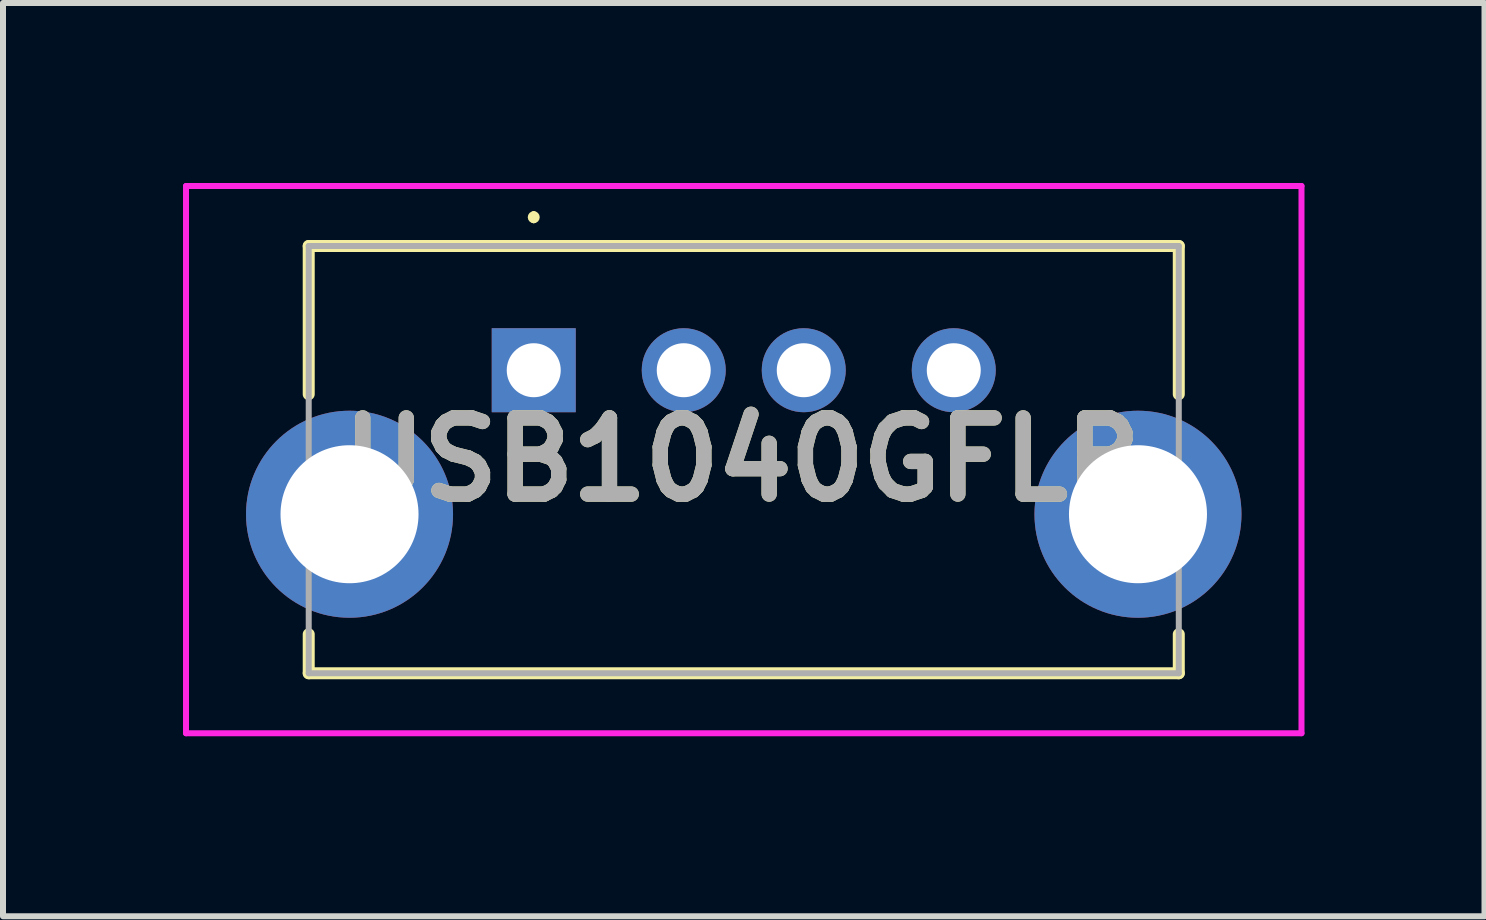
<source format=kicad_pcb>
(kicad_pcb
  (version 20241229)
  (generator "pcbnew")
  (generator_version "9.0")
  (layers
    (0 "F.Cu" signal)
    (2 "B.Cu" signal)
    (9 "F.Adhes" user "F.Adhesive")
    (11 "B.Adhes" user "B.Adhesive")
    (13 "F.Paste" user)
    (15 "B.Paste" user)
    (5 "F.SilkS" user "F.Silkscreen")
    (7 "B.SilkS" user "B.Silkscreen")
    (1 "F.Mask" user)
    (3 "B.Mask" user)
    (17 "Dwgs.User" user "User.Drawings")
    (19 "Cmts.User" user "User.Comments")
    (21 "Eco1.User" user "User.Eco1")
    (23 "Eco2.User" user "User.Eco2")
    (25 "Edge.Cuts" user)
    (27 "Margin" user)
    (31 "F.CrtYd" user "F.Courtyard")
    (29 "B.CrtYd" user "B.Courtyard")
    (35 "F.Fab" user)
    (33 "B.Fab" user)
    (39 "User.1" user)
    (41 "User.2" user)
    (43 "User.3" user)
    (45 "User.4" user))
  (footprint "USB1040GFLB"
    (layer "F.Cu")
    (at 5.845 3.12)
    (property "Reference" "USB1040GFLB" (at 3.5 1.49 0) (layer "F.SilkS") (effects (font (size 1.27 1.27) (thickness 0.254))))
    (attr through_hole)
    (fp_line (start -3.75 -2.07) (end 10.75 -2.07) (stroke (width 0.2) (type solid)) (layer "F.SilkS"))
    (fp_line (start -3.75 0.4) (end -3.75 -2.07) (stroke (width 0.2) (type solid)) (layer "F.SilkS"))
    (fp_line (start -3.75 5.05) (end -3.75 4.4) (stroke (width 0.2) (type solid)) (layer "F.SilkS"))
    (fp_line (start 0 -2.6) (end 0 -2.6) (stroke (width 0.1) (type solid)) (layer "F.SilkS"))
    (fp_line (start 0 -2.5) (end 0 -2.5) (stroke (width 0.1) (type solid)) (layer "F.SilkS"))
    (fp_line (start 10.75 -2.07) (end 10.75 0.4) (stroke (width 0.2) (type solid)) (layer "F.SilkS"))
    (fp_line (start 10.75 4.4) (end 10.75 5.05) (stroke (width 0.2) (type solid)) (layer "F.SilkS"))
    (fp_line (start 10.75 5.05) (end -3.75 5.05) (stroke (width 0.2) (type solid)) (layer "F.SilkS"))
    (fp_arc (start 0 -2.6) (mid 0.05 -2.55) (end 0 -2.5) (stroke (width 0.1) (type solid)) (layer "F.SilkS"))
    (fp_arc (start 0 -2.5) (mid -0.05 -2.55) (end 0 -2.6) (stroke (width 0.1) (type solid)) (layer "F.SilkS"))
    (fp_line (start -5.795 -3.07) (end 12.795 -3.07) (stroke (width 0.1) (type solid)) (layer "F.CrtYd"))
    (fp_line (start -5.795 6.05) (end -5.795 -3.07) (stroke (width 0.1) (type solid)) (layer "F.CrtYd"))
    (fp_line (start 12.795 -3.07) (end 12.795 6.05) (stroke (width 0.1) (type solid)) (layer "F.CrtYd"))
    (fp_line (start 12.795 6.05) (end -5.795 6.05) (stroke (width 0.1) (type solid)) (layer "F.CrtYd"))
    (fp_line (start -3.75 -2.07) (end 10.75 -2.07) (stroke (width 0.1) (type solid)) (layer "F.Fab"))
    (fp_line (start -3.75 5.05) (end -3.75 -2.07) (stroke (width 0.1) (type solid)) (layer "F.Fab"))
    (fp_line (start 10.75 -2.07) (end 10.75 5.05) (stroke (width 0.1) (type solid)) (layer "F.Fab"))
    (fp_line (start 10.75 5.05) (end -3.75 5.05) (stroke (width 0.1) (type solid)) (layer "F.Fab"))
    (fp_text user "${REFERENCE}" (at 3.5 1.49 0) (layer "F.Fab") (effects (font (size 1.27 1.27) (thickness 0.254))))
    (pad "1" thru_hole rect (at 0 0) (size 1.4 1.4) (drill 0.9) (layers "*.Cu" "*.Mask"))
    (pad "2" thru_hole circle (at 2.5 0) (size 1.4 1.4) (drill 0.9) (layers "*.Cu" "*.Mask"))
    (pad "3" thru_hole circle (at 4.5 0) (size 1.4 1.4) (drill 0.9) (layers "*.Cu" "*.Mask"))
    (pad "4" thru_hole circle (at 7 0) (size 1.4 1.4) (drill 0.9) (layers "*.Cu" "*.Mask"))
    (pad "5" thru_hole circle (at -3.07 2.4) (size 3.45 3.45) (drill 2.3) (layers "*.Cu" "*.Mask"))
    (pad "6" thru_hole circle (at 10.07 2.4) (size 3.45 3.45) (drill 2.3) (layers "*.Cu" "*.Mask")))
  (gr_rect
    (start -3 -3)
    (end 21.69 12.22)
    (stroke (width 0.1) (type default))
    (fill no)
    (layer "Edge.Cuts")))
</source>
